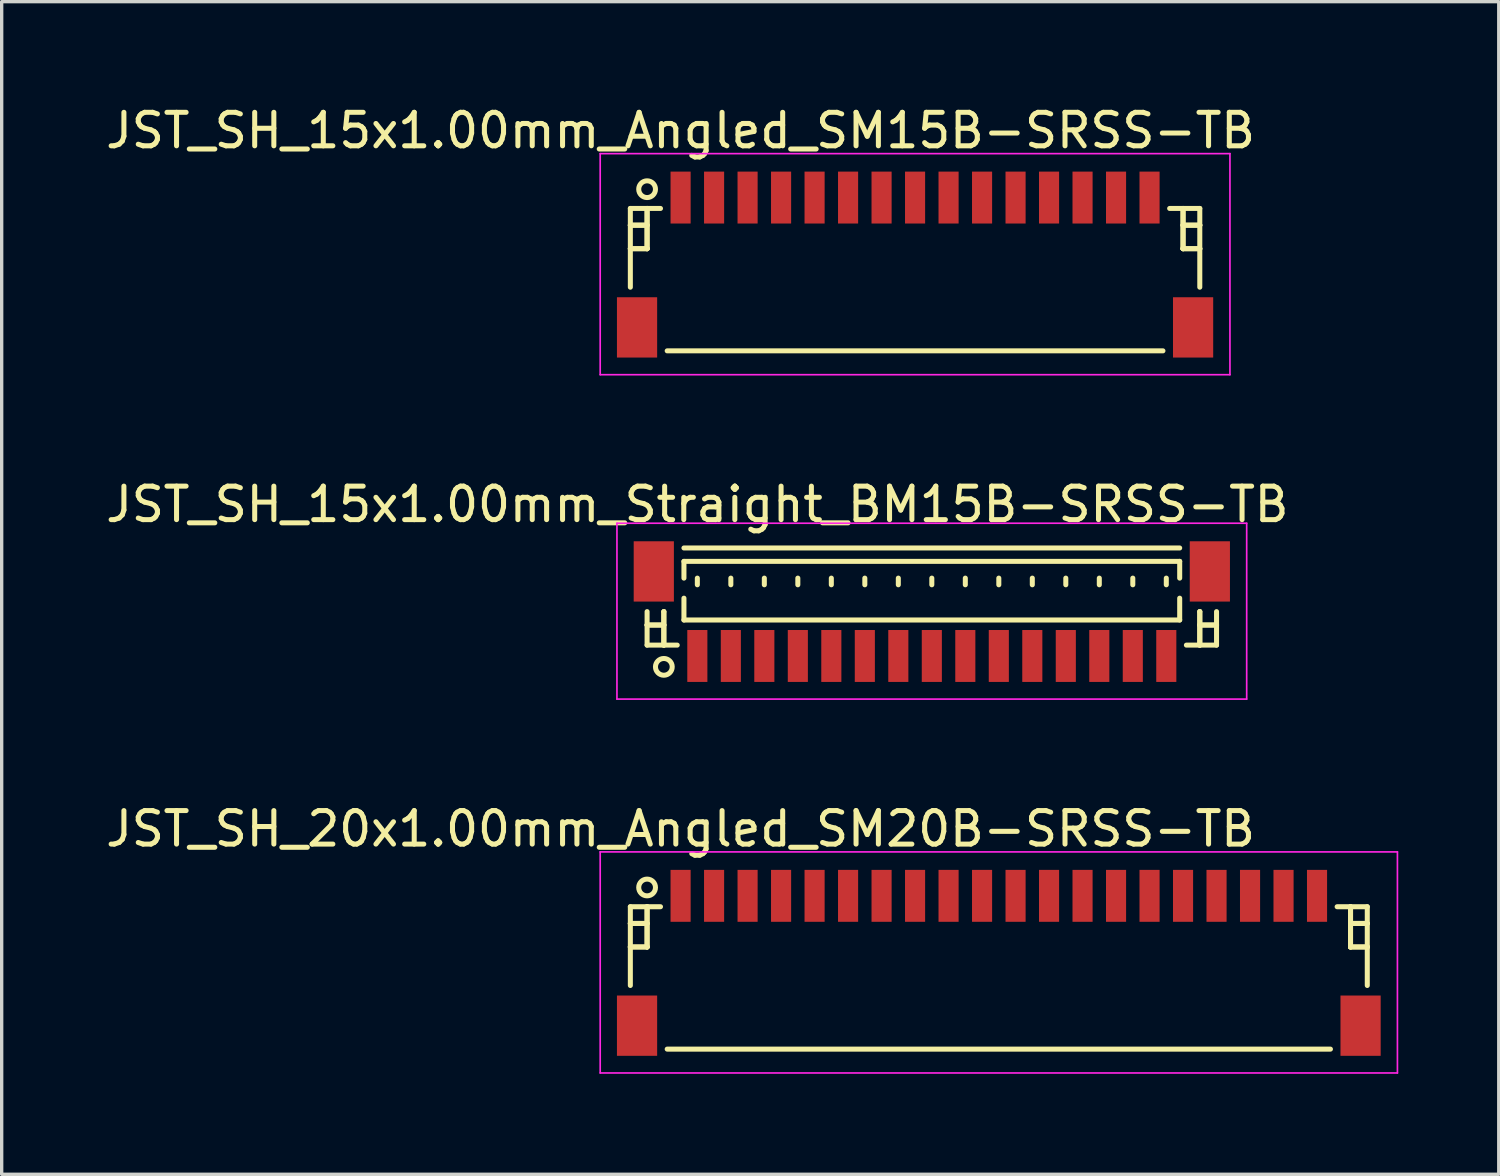
<source format=kicad_pcb>
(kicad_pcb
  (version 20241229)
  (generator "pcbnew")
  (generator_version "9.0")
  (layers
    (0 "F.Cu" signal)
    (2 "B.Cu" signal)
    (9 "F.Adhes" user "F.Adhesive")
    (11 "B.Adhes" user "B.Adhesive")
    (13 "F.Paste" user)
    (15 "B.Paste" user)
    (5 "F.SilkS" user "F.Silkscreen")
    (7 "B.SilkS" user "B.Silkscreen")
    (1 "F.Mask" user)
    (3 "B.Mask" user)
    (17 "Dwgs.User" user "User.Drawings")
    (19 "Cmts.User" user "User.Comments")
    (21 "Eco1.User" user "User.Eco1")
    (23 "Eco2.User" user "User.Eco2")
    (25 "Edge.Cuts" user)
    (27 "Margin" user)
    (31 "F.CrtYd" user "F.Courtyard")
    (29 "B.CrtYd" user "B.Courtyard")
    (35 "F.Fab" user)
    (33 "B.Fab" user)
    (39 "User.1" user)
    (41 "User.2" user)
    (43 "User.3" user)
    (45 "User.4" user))
  (footprint "JST_SH_15x1.00mm_Angled_SM15B-SRSS-TB"
    (layer "F.Cu")
    (at 24.268 4.786)
    (property "Reference" "JST_SH_15x1.00mm_Angled_SM15B-SRSS-TB" (at -7 -3.938 0) (layer "F.SilkS") (effects (font (size 1 1) (thickness 0.15))))
    (attr smd)
    (fp_line (start -8.5 -1.613) (end -7.6 -1.613) (stroke (width 0.15) (type solid)) (layer "F.SilkS"))
    (fp_line (start -8.5 -1.113) (end -8.5 -1.113) (stroke (width 0.15) (type solid)) (layer "F.SilkS"))
    (fp_line (start -8.5 -1.113) (end -8 -1.113) (stroke (width 0.15) (type solid)) (layer "F.SilkS"))
    (fp_line (start -8.5 -0.412) (end -8.5 -0.412) (stroke (width 0.15) (type solid)) (layer "F.SilkS"))
    (fp_line (start -8.5 -0.412) (end -8 -0.412) (stroke (width 0.15) (type solid)) (layer "F.SilkS"))
    (fp_line (start -8.5 0.738) (end -8.5 -1.613) (stroke (width 0.15) (type solid)) (layer "F.SilkS"))
    (fp_line (start -8 -1.613) (end -8 -1.613) (stroke (width 0.15) (type solid)) (layer "F.SilkS"))
    (fp_line (start -8 -1.613) (end -8 -0.412) (stroke (width 0.15) (type solid)) (layer "F.SilkS"))
    (fp_line (start -8 -1.113) (end -8.5 -1.113) (stroke (width 0.15) (type solid)) (layer "F.SilkS"))
    (fp_line (start -8 -1.113) (end -8 -1.113) (stroke (width 0.15) (type solid)) (layer "F.SilkS"))
    (fp_line (start -8 -0.412) (end -8.5 -0.412) (stroke (width 0.15) (type solid)) (layer "F.SilkS"))
    (fp_line (start -8 -0.412) (end -8 -1.613) (stroke (width 0.15) (type solid)) (layer "F.SilkS"))
    (fp_line (start -8 -0.412) (end -8 -0.412) (stroke (width 0.15) (type solid)) (layer "F.SilkS"))
    (fp_line (start -8 -0.412) (end -8 -0.412) (stroke (width 0.15) (type solid)) (layer "F.SilkS"))
    (fp_line (start -7.4 2.638) (end 7.4 2.638) (stroke (width 0.15) (type solid)) (layer "F.SilkS"))
    (fp_line (start 8 -1.613) (end 8 -1.613) (stroke (width 0.15) (type solid)) (layer "F.SilkS"))
    (fp_line (start 8 -1.613) (end 8 -0.412) (stroke (width 0.15) (type solid)) (layer "F.SilkS"))
    (fp_line (start 8 -1.113) (end 8 -1.113) (stroke (width 0.15) (type solid)) (layer "F.SilkS"))
    (fp_line (start 8 -1.113) (end 8.5 -1.113) (stroke (width 0.15) (type solid)) (layer "F.SilkS"))
    (fp_line (start 8 -0.412) (end 8 -1.613) (stroke (width 0.15) (type solid)) (layer "F.SilkS"))
    (fp_line (start 8 -0.412) (end 8 -0.412) (stroke (width 0.15) (type solid)) (layer "F.SilkS"))
    (fp_line (start 8 -0.412) (end 8 -0.412) (stroke (width 0.15) (type solid)) (layer "F.SilkS"))
    (fp_line (start 8 -0.412) (end 8.5 -0.412) (stroke (width 0.15) (type solid)) (layer "F.SilkS"))
    (fp_line (start 8.5 -1.613) (end 7.6 -1.613) (stroke (width 0.15) (type solid)) (layer "F.SilkS"))
    (fp_line (start 8.5 -1.113) (end 8 -1.113) (stroke (width 0.15) (type solid)) (layer "F.SilkS"))
    (fp_line (start 8.5 -1.113) (end 8.5 -1.113) (stroke (width 0.15) (type solid)) (layer "F.SilkS"))
    (fp_line (start 8.5 -0.412) (end 8 -0.412) (stroke (width 0.15) (type solid)) (layer "F.SilkS"))
    (fp_line (start 8.5 -0.412) (end 8.5 -0.412) (stroke (width 0.15) (type solid)) (layer "F.SilkS"))
    (fp_line (start 8.5 0.738) (end 8.5 -1.613) (stroke (width 0.15) (type solid)) (layer "F.SilkS"))
    (fp_circle (center -8 -2.188) (end -7.75 -2.188) (stroke (width 0.15) (type solid)) (fill no) (layer "F.SilkS"))
    (fp_line (start -9.4 -3.25) (end 9.4 -3.25) (stroke (width 0.05) (type solid)) (layer "F.CrtYd"))
    (fp_line (start -9.4 3.35) (end -9.4 -3.25) (stroke (width 0.05) (type solid)) (layer "F.CrtYd"))
    (fp_line (start 9.4 -3.25) (end 9.4 3.35) (stroke (width 0.05) (type solid)) (layer "F.CrtYd"))
    (fp_line (start 9.4 3.35) (end -9.4 3.35) (stroke (width 0.05) (type solid)) (layer "F.CrtYd"))
    (pad "" smd rect (at -8.3 1.938) (size 1.2 1.8) (layers "F.Cu" "F.Mask" "F.Paste"))
    (pad "" smd rect (at 8.3 1.938) (size 1.2 1.8) (layers "F.Cu" "F.Mask" "F.Paste"))
    (pad "1" smd rect (at -7 -1.938) (size 0.6 1.55) (layers "F.Cu" "F.Mask" "F.Paste"))
    (pad "2" smd rect (at -6 -1.938) (size 0.6 1.55) (layers "F.Cu" "F.Mask" "F.Paste"))
    (pad "3" smd rect (at -5 -1.938) (size 0.6 1.55) (layers "F.Cu" "F.Mask" "F.Paste"))
    (pad "4" smd rect (at -4 -1.938) (size 0.6 1.55) (layers "F.Cu" "F.Mask" "F.Paste"))
    (pad "5" smd rect (at -3 -1.938) (size 0.6 1.55) (layers "F.Cu" "F.Mask" "F.Paste"))
    (pad "6" smd rect (at -2 -1.938) (size 0.6 1.55) (layers "F.Cu" "F.Mask" "F.Paste"))
    (pad "7" smd rect (at -1 -1.938) (size 0.6 1.55) (layers "F.Cu" "F.Mask" "F.Paste"))
    (pad "8" smd rect (at 0 -1.938) (size 0.6 1.55) (layers "F.Cu" "F.Mask" "F.Paste"))
    (pad "9" smd rect (at 1 -1.938) (size 0.6 1.55) (layers "F.Cu" "F.Mask" "F.Paste"))
    (pad "10" smd rect (at 2 -1.938) (size 0.6 1.55) (layers "F.Cu" "F.Mask" "F.Paste"))
    (pad "11" smd rect (at 3 -1.938) (size 0.6 1.55) (layers "F.Cu" "F.Mask" "F.Paste"))
    (pad "12" smd rect (at 4 -1.938) (size 0.6 1.55) (layers "F.Cu" "F.Mask" "F.Paste"))
    (pad "13" smd rect (at 5 -1.938) (size 0.6 1.55) (layers "F.Cu" "F.Mask" "F.Paste"))
    (pad "14" smd rect (at 6 -1.938) (size 0.6 1.55) (layers "F.Cu" "F.Mask" "F.Paste"))
    (pad "15" smd rect (at 7 -1.938) (size 0.6 1.55) (layers "F.Cu" "F.Mask" "F.Paste")))
  (footprint "JST_SH_20x1.00mm_Angled_SM20B-SRSS-TB"
    (layer "F.Cu")
    (at 26.768 25.632)
    (property "Reference" "JST_SH_20x1.00mm_Angled_SM20B-SRSS-TB" (at -9.5 -3.938 0) (layer "F.SilkS") (effects (font (size 1 1) (thickness 0.15))))
    (attr smd)
    (fp_line (start -11 -1.613) (end -10.1 -1.613) (stroke (width 0.15) (type solid)) (layer "F.SilkS"))
    (fp_line (start -11 -1.113) (end -11 -1.113) (stroke (width 0.15) (type solid)) (layer "F.SilkS"))
    (fp_line (start -11 -1.113) (end -10.5 -1.113) (stroke (width 0.15) (type solid)) (layer "F.SilkS"))
    (fp_line (start -11 -0.412) (end -11 -0.412) (stroke (width 0.15) (type solid)) (layer "F.SilkS"))
    (fp_line (start -11 -0.412) (end -10.5 -0.412) (stroke (width 0.15) (type solid)) (layer "F.SilkS"))
    (fp_line (start -11 0.738) (end -11 -1.613) (stroke (width 0.15) (type solid)) (layer "F.SilkS"))
    (fp_line (start -10.5 -1.613) (end -10.5 -1.613) (stroke (width 0.15) (type solid)) (layer "F.SilkS"))
    (fp_line (start -10.5 -1.613) (end -10.5 -0.412) (stroke (width 0.15) (type solid)) (layer "F.SilkS"))
    (fp_line (start -10.5 -1.113) (end -11 -1.113) (stroke (width 0.15) (type solid)) (layer "F.SilkS"))
    (fp_line (start -10.5 -1.113) (end -10.5 -1.113) (stroke (width 0.15) (type solid)) (layer "F.SilkS"))
    (fp_line (start -10.5 -0.412) (end -11 -0.412) (stroke (width 0.15) (type solid)) (layer "F.SilkS"))
    (fp_line (start -10.5 -0.412) (end -10.5 -1.613) (stroke (width 0.15) (type solid)) (layer "F.SilkS"))
    (fp_line (start -10.5 -0.412) (end -10.5 -0.412) (stroke (width 0.15) (type solid)) (layer "F.SilkS"))
    (fp_line (start -10.5 -0.412) (end -10.5 -0.412) (stroke (width 0.15) (type solid)) (layer "F.SilkS"))
    (fp_line (start -9.9 2.638) (end 9.9 2.638) (stroke (width 0.15) (type solid)) (layer "F.SilkS"))
    (fp_line (start 10.5 -1.613) (end 10.5 -1.613) (stroke (width 0.15) (type solid)) (layer "F.SilkS"))
    (fp_line (start 10.5 -1.613) (end 10.5 -0.412) (stroke (width 0.15) (type solid)) (layer "F.SilkS"))
    (fp_line (start 10.5 -1.113) (end 10.5 -1.113) (stroke (width 0.15) (type solid)) (layer "F.SilkS"))
    (fp_line (start 10.5 -1.113) (end 11 -1.113) (stroke (width 0.15) (type solid)) (layer "F.SilkS"))
    (fp_line (start 10.5 -0.412) (end 10.5 -1.613) (stroke (width 0.15) (type solid)) (layer "F.SilkS"))
    (fp_line (start 10.5 -0.412) (end 10.5 -0.412) (stroke (width 0.15) (type solid)) (layer "F.SilkS"))
    (fp_line (start 10.5 -0.412) (end 10.5 -0.412) (stroke (width 0.15) (type solid)) (layer "F.SilkS"))
    (fp_line (start 10.5 -0.412) (end 11 -0.412) (stroke (width 0.15) (type solid)) (layer "F.SilkS"))
    (fp_line (start 11 -1.613) (end 10.1 -1.613) (stroke (width 0.15) (type solid)) (layer "F.SilkS"))
    (fp_line (start 11 -1.113) (end 10.5 -1.113) (stroke (width 0.15) (type solid)) (layer "F.SilkS"))
    (fp_line (start 11 -1.113) (end 11 -1.113) (stroke (width 0.15) (type solid)) (layer "F.SilkS"))
    (fp_line (start 11 -0.412) (end 10.5 -0.412) (stroke (width 0.15) (type solid)) (layer "F.SilkS"))
    (fp_line (start 11 -0.412) (end 11 -0.412) (stroke (width 0.15) (type solid)) (layer "F.SilkS"))
    (fp_line (start 11 0.738) (end 11 -1.613) (stroke (width 0.15) (type solid)) (layer "F.SilkS"))
    (fp_circle (center -10.5 -2.188) (end -10.25 -2.188) (stroke (width 0.15) (type solid)) (fill no) (layer "F.SilkS"))
    (fp_line (start -11.9 -3.25) (end 11.9 -3.25) (stroke (width 0.05) (type solid)) (layer "F.CrtYd"))
    (fp_line (start -11.9 3.35) (end -11.9 -3.25) (stroke (width 0.05) (type solid)) (layer "F.CrtYd"))
    (fp_line (start 11.9 -3.25) (end 11.9 3.35) (stroke (width 0.05) (type solid)) (layer "F.CrtYd"))
    (fp_line (start 11.9 3.35) (end -11.9 3.35) (stroke (width 0.05) (type solid)) (layer "F.CrtYd"))
    (pad "" smd rect (at -10.8 1.938) (size 1.2 1.8) (layers "F.Cu" "F.Mask" "F.Paste"))
    (pad "" smd rect (at 10.8 1.938) (size 1.2 1.8) (layers "F.Cu" "F.Mask" "F.Paste"))
    (pad "1" smd rect (at -9.5 -1.938) (size 0.6 1.55) (layers "F.Cu" "F.Mask" "F.Paste"))
    (pad "2" smd rect (at -8.5 -1.938) (size 0.6 1.55) (layers "F.Cu" "F.Mask" "F.Paste"))
    (pad "3" smd rect (at -7.5 -1.938) (size 0.6 1.55) (layers "F.Cu" "F.Mask" "F.Paste"))
    (pad "4" smd rect (at -6.5 -1.938) (size 0.6 1.55) (layers "F.Cu" "F.Mask" "F.Paste"))
    (pad "5" smd rect (at -5.5 -1.938) (size 0.6 1.55) (layers "F.Cu" "F.Mask" "F.Paste"))
    (pad "6" smd rect (at -4.5 -1.938) (size 0.6 1.55) (layers "F.Cu" "F.Mask" "F.Paste"))
    (pad "7" smd rect (at -3.5 -1.938) (size 0.6 1.55) (layers "F.Cu" "F.Mask" "F.Paste"))
    (pad "8" smd rect (at -2.5 -1.938) (size 0.6 1.55) (layers "F.Cu" "F.Mask" "F.Paste"))
    (pad "9" smd rect (at -1.5 -1.938) (size 0.6 1.55) (layers "F.Cu" "F.Mask" "F.Paste"))
    (pad "10" smd rect (at -0.5 -1.938) (size 0.6 1.55) (layers "F.Cu" "F.Mask" "F.Paste"))
    (pad "11" smd rect (at 0.5 -1.938) (size 0.6 1.55) (layers "F.Cu" "F.Mask" "F.Paste"))
    (pad "12" smd rect (at 1.5 -1.938) (size 0.6 1.55) (layers "F.Cu" "F.Mask" "F.Paste"))
    (pad "13" smd rect (at 2.5 -1.938) (size 0.6 1.55) (layers "F.Cu" "F.Mask" "F.Paste"))
    (pad "14" smd rect (at 3.5 -1.938) (size 0.6 1.55) (layers "F.Cu" "F.Mask" "F.Paste"))
    (pad "15" smd rect (at 4.5 -1.938) (size 0.6 1.55) (layers "F.Cu" "F.Mask" "F.Paste"))
    (pad "16" smd rect (at 5.5 -1.938) (size 0.6 1.55) (layers "F.Cu" "F.Mask" "F.Paste"))
    (pad "17" smd rect (at 6.5 -1.938) (size 0.6 1.55) (layers "F.Cu" "F.Mask" "F.Paste"))
    (pad "18" smd rect (at 7.5 -1.938) (size 0.6 1.55) (layers "F.Cu" "F.Mask" "F.Paste"))
    (pad "19" smd rect (at 8.5 -1.938) (size 0.6 1.55) (layers "F.Cu" "F.Mask" "F.Paste"))
    (pad "20" smd rect (at 9.5 -1.938) (size 0.6 1.55) (layers "F.Cu" "F.Mask" "F.Paste")))
  (footprint "JST_SH_15x1.00mm_Straight_BM15B-SRSS-TB"
    (layer "F.Cu")
    (at 24.768 15.271)
    (property "Reference" "JST_SH_15x1.00mm_Straight_BM15B-SRSS-TB" (at -7 -3.263 0) (layer "F.SilkS") (effects (font (size 1 1) (thickness 0.15))))
    (attr smd)
    (fp_line (start -8.5 -0.062) (end -8.5 0.938) (stroke (width 0.15) (type solid)) (layer "F.SilkS"))
    (fp_line (start -8.5 0.338) (end -8.5 0.338) (stroke (width 0.15) (type solid)) (layer "F.SilkS"))
    (fp_line (start -8.5 0.338) (end -8 0.338) (stroke (width 0.15) (type solid)) (layer "F.SilkS"))
    (fp_line (start -8.5 0.938) (end -7.6 0.938) (stroke (width 0.15) (type solid)) (layer "F.SilkS"))
    (fp_line (start -8 -0.062) (end -8 -0.062) (stroke (width 0.15) (type solid)) (layer "F.SilkS"))
    (fp_line (start -8 -0.062) (end -8 0.938) (stroke (width 0.15) (type solid)) (layer "F.SilkS"))
    (fp_line (start -8 0.338) (end -8.5 0.338) (stroke (width 0.15) (type solid)) (layer "F.SilkS"))
    (fp_line (start -8 0.338) (end -8 0.338) (stroke (width 0.15) (type solid)) (layer "F.SilkS"))
    (fp_line (start -8 0.938) (end -8 -0.062) (stroke (width 0.15) (type solid)) (layer "F.SilkS"))
    (fp_line (start -8 0.938) (end -8 0.938) (stroke (width 0.15) (type solid)) (layer "F.SilkS"))
    (fp_line (start -7.4 -1.962) (end 7.4 -1.962) (stroke (width 0.15) (type solid)) (layer "F.SilkS"))
    (fp_line (start -7.4 -1.562) (end 7.4 -1.562) (stroke (width 0.15) (type solid)) (layer "F.SilkS"))
    (fp_line (start -7.4 -1.062) (end -7.4 -1.562) (stroke (width 0.15) (type solid)) (layer "F.SilkS"))
    (fp_line (start -7.4 -0.463) (end -7.4 0.188) (stroke (width 0.15) (type solid)) (layer "F.SilkS"))
    (fp_line (start -7.4 0.188) (end 7.4 0.188) (stroke (width 0.15) (type solid)) (layer "F.SilkS"))
    (fp_line (start -7 -1.062) (end -7 -0.863) (stroke (width 0.15) (type solid)) (layer "F.SilkS"))
    (fp_line (start -6 -1.062) (end -6 -0.863) (stroke (width 0.15) (type solid)) (layer "F.SilkS"))
    (fp_line (start -5 -1.062) (end -5 -0.863) (stroke (width 0.15) (type solid)) (layer "F.SilkS"))
    (fp_line (start -4 -1.062) (end -4 -0.863) (stroke (width 0.15) (type solid)) (layer "F.SilkS"))
    (fp_line (start -3 -1.062) (end -3 -0.863) (stroke (width 0.15) (type solid)) (layer "F.SilkS"))
    (fp_line (start -2 -1.062) (end -2 -0.863) (stroke (width 0.15) (type solid)) (layer "F.SilkS"))
    (fp_line (start -1 -1.062) (end -1 -0.863) (stroke (width 0.15) (type solid)) (layer "F.SilkS"))
    (fp_line (start 0 -1.062) (end 0 -0.863) (stroke (width 0.15) (type solid)) (layer "F.SilkS"))
    (fp_line (start 1 -1.062) (end 1 -0.863) (stroke (width 0.15) (type solid)) (layer "F.SilkS"))
    (fp_line (start 2 -1.062) (end 2 -0.863) (stroke (width 0.15) (type solid)) (layer "F.SilkS"))
    (fp_line (start 3 -1.062) (end 3 -0.863) (stroke (width 0.15) (type solid)) (layer "F.SilkS"))
    (fp_line (start 4 -1.062) (end 4 -0.863) (stroke (width 0.15) (type solid)) (layer "F.SilkS"))
    (fp_line (start 5 -1.062) (end 5 -0.863) (stroke (width 0.15) (type solid)) (layer "F.SilkS"))
    (fp_line (start 6 -1.062) (end 6 -0.863) (stroke (width 0.15) (type solid)) (layer "F.SilkS"))
    (fp_line (start 7 -1.062) (end 7 -0.863) (stroke (width 0.15) (type solid)) (layer "F.SilkS"))
    (fp_line (start 7.4 -1.562) (end 7.4 -1.062) (stroke (width 0.15) (type solid)) (layer "F.SilkS"))
    (fp_line (start 7.4 0.188) (end 7.4 -0.463) (stroke (width 0.15) (type solid)) (layer "F.SilkS"))
    (fp_line (start 8 -0.062) (end 8 -0.062) (stroke (width 0.15) (type solid)) (layer "F.SilkS"))
    (fp_line (start 8 -0.062) (end 8 0.938) (stroke (width 0.15) (type solid)) (layer "F.SilkS"))
    (fp_line (start 8 0.338) (end 8 0.338) (stroke (width 0.15) (type solid)) (layer "F.SilkS"))
    (fp_line (start 8 0.338) (end 8.5 0.338) (stroke (width 0.15) (type solid)) (layer "F.SilkS"))
    (fp_line (start 8 0.938) (end 8 -0.062) (stroke (width 0.15) (type solid)) (layer "F.SilkS"))
    (fp_line (start 8 0.938) (end 8 0.938) (stroke (width 0.15) (type solid)) (layer "F.SilkS"))
    (fp_line (start 8.5 -0.062) (end 8.5 0.938) (stroke (width 0.15) (type solid)) (layer "F.SilkS"))
    (fp_line (start 8.5 0.338) (end 8 0.338) (stroke (width 0.15) (type solid)) (layer "F.SilkS"))
    (fp_line (start 8.5 0.338) (end 8.5 0.338) (stroke (width 0.15) (type solid)) (layer "F.SilkS"))
    (fp_line (start 8.5 0.938) (end 7.6 0.938) (stroke (width 0.15) (type solid)) (layer "F.SilkS"))
    (fp_circle (center -8 1.587) (end -7.75 1.587) (stroke (width 0.15) (type solid)) (fill no) (layer "F.SilkS"))
    (fp_line (start -9.4 -2.7) (end 9.4 -2.7) (stroke (width 0.05) (type solid)) (layer "F.CrtYd"))
    (fp_line (start -9.4 2.55) (end -9.4 -2.7) (stroke (width 0.05) (type solid)) (layer "F.CrtYd"))
    (fp_line (start 9.4 -2.7) (end 9.4 2.55) (stroke (width 0.05) (type solid)) (layer "F.CrtYd"))
    (fp_line (start 9.4 2.55) (end -9.4 2.55) (stroke (width 0.05) (type solid)) (layer "F.CrtYd"))
    (pad "" smd rect (at -8.3 -1.262) (size 1.2 1.8) (layers "F.Cu" "F.Mask" "F.Paste"))
    (pad "" smd rect (at 8.3 -1.262) (size 1.2 1.8) (layers "F.Cu" "F.Mask" "F.Paste"))
    (pad "1" smd rect (at -7 1.262) (size 0.6 1.55) (layers "F.Cu" "F.Mask" "F.Paste"))
    (pad "2" smd rect (at -6 1.262) (size 0.6 1.55) (layers "F.Cu" "F.Mask" "F.Paste"))
    (pad "3" smd rect (at -5 1.262) (size 0.6 1.55) (layers "F.Cu" "F.Mask" "F.Paste"))
    (pad "4" smd rect (at -4 1.262) (size 0.6 1.55) (layers "F.Cu" "F.Mask" "F.Paste"))
    (pad "5" smd rect (at -3 1.262) (size 0.6 1.55) (layers "F.Cu" "F.Mask" "F.Paste"))
    (pad "6" smd rect (at -2 1.262) (size 0.6 1.55) (layers "F.Cu" "F.Mask" "F.Paste"))
    (pad "7" smd rect (at -1 1.262) (size 0.6 1.55) (layers "F.Cu" "F.Mask" "F.Paste"))
    (pad "8" smd rect (at 0 1.262) (size 0.6 1.55) (layers "F.Cu" "F.Mask" "F.Paste"))
    (pad "9" smd rect (at 1 1.262) (size 0.6 1.55) (layers "F.Cu" "F.Mask" "F.Paste"))
    (pad "10" smd rect (at 2 1.262) (size 0.6 1.55) (layers "F.Cu" "F.Mask" "F.Paste"))
    (pad "11" smd rect (at 3 1.262) (size 0.6 1.55) (layers "F.Cu" "F.Mask" "F.Paste"))
    (pad "12" smd rect (at 4 1.262) (size 0.6 1.55) (layers "F.Cu" "F.Mask" "F.Paste"))
    (pad "13" smd rect (at 5 1.262) (size 0.6 1.55) (layers "F.Cu" "F.Mask" "F.Paste"))
    (pad "14" smd rect (at 6 1.262) (size 0.6 1.55) (layers "F.Cu" "F.Mask" "F.Paste"))
    (pad "15" smd rect (at 7 1.262) (size 0.6 1.55) (layers "F.Cu" "F.Mask" "F.Paste")))
  (gr_rect
    (start -3 -3)
    (end 41.693 32.007)
    (stroke (width 0.1) (type default))
    (fill no)
    (layer "Edge.Cuts")))
</source>
